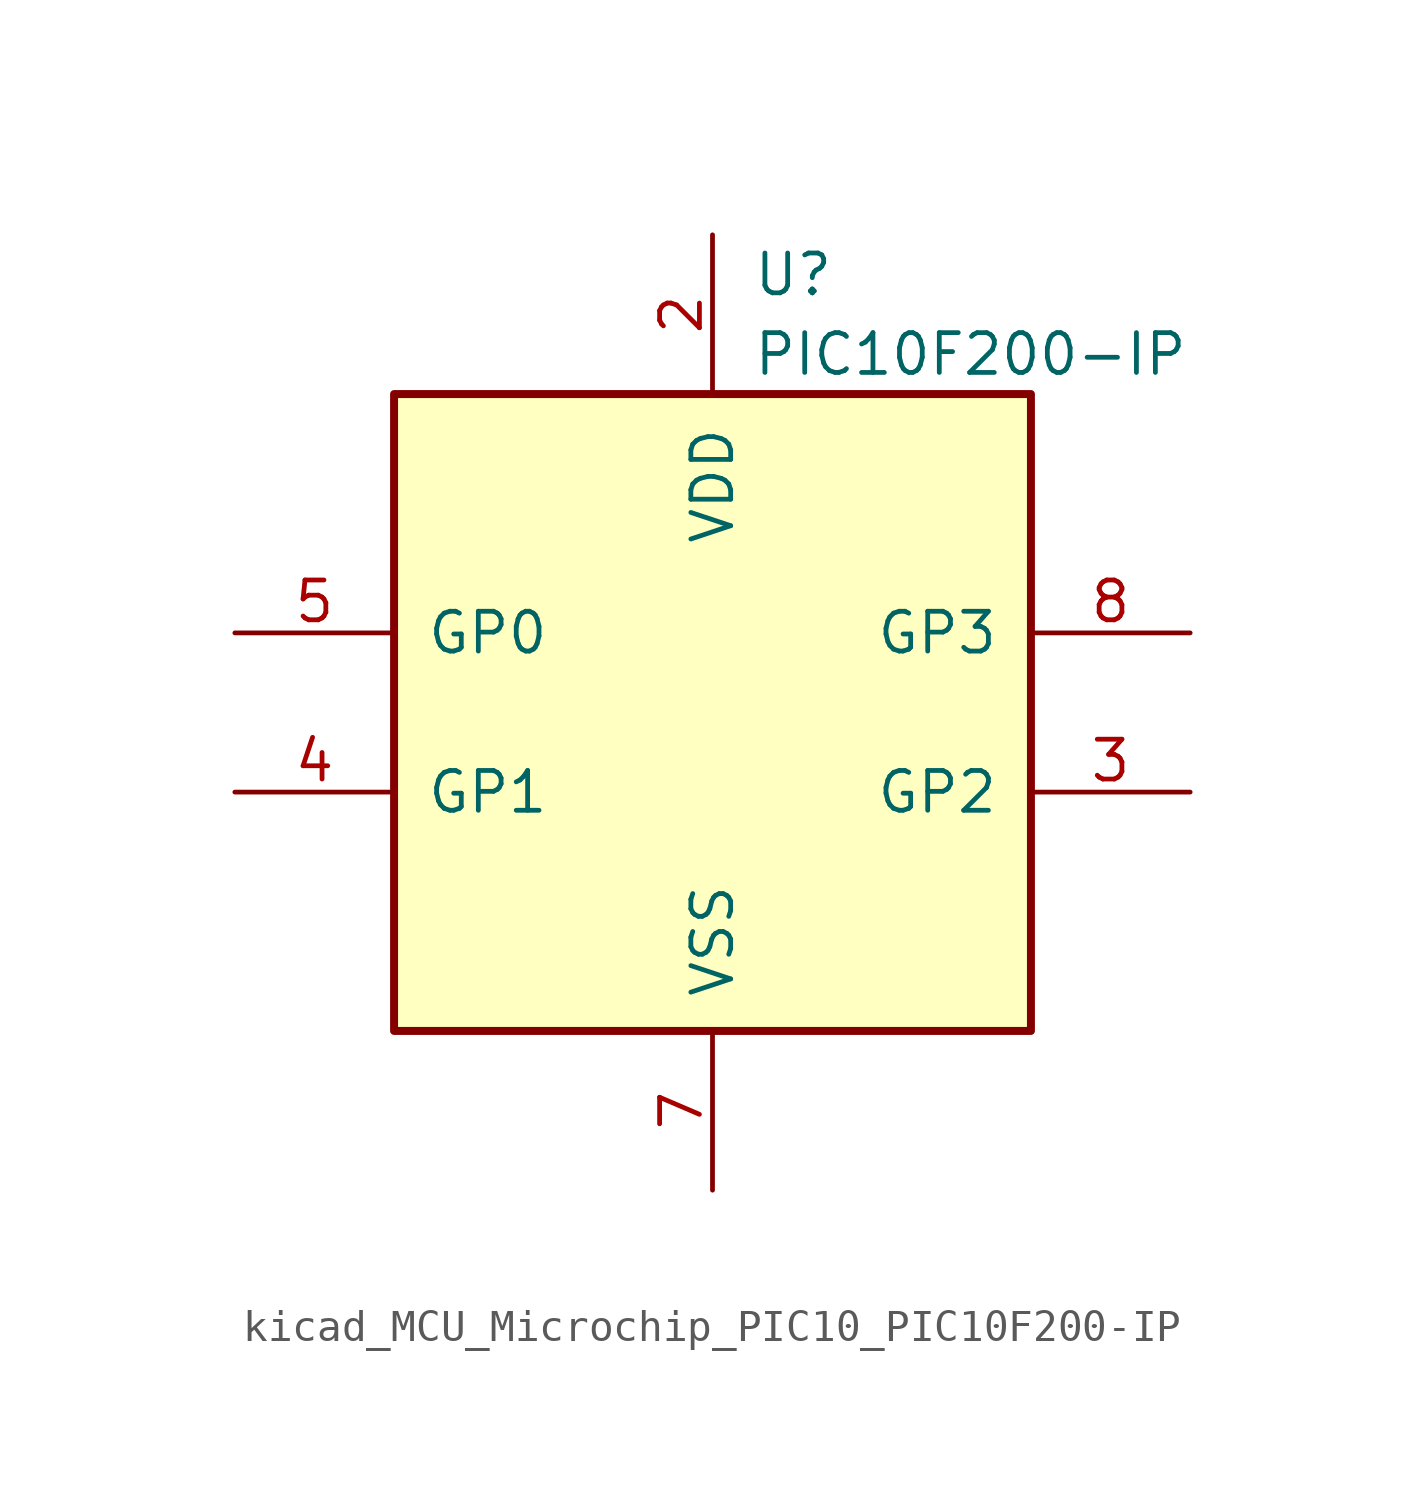
<source format=kicad_sym>
(kicad_symbol_lib
  (version 20220914)
  (generator kicad_symbol_editor)
  (symbol "kicad_MCU_Microchip_PIC10_PIC10F200-IP"
    (pin_names
      (offset 1.016))
    (property "Reference" "U"
      (at 1.27 13.97 0)
      (effects (font (size 1.27 1.27)) (justify left)))
    (property "Value" "PIC10F200-IP"
      (at 1.27 11.43 0)
      (effects (font (size 1.27 1.27)) (justify left)))
    (symbol "kicad_MCU_Microchip_PIC10_PIC10F200-IP_0_1"
      (rectangle (start -10.16 10.16) (end 10.16 -10.16) (stroke (width 0.254) (type default)) (fill (type background))))
    (symbol "kicad_MCU_Microchip_PIC10_PIC10F200-IP_1_1"
      (pin power_in line (at 0 15.24 270) (length 5.08) (name "VDD" (effects (font (size 1.27 1.27)))) (number "2" (effects (font (size 1.27 1.27)))))
      (pin bidirectional line (at 15.24 -2.54 180) (length 5.08) (name "GP2" (effects (font (size 1.27 1.27)))) (number "3" (effects (font (size 1.27 1.27)))))
      (pin bidirectional line (at -15.24 -2.54 0) (length 5.08) (name "GP1" (effects (font (size 1.27 1.27)))) (number "4" (effects (font (size 1.27 1.27)))))
      (pin bidirectional line (at -15.24 2.54 0) (length 5.08) (name "GP0" (effects (font (size 1.27 1.27)))) (number "5" (effects (font (size 1.27 1.27)))))
      (pin power_in line (at 0 -15.24 90) (length 5.08) (name "VSS" (effects (font (size 1.27 1.27)))) (number "7" (effects (font (size 1.27 1.27)))))
      (pin input line (at 15.24 2.54 180) (length 5.08) (name "GP3" (effects (font (size 1.27 1.27)))) (number "8" (effects (font (size 1.27 1.27))))))))
</source>
